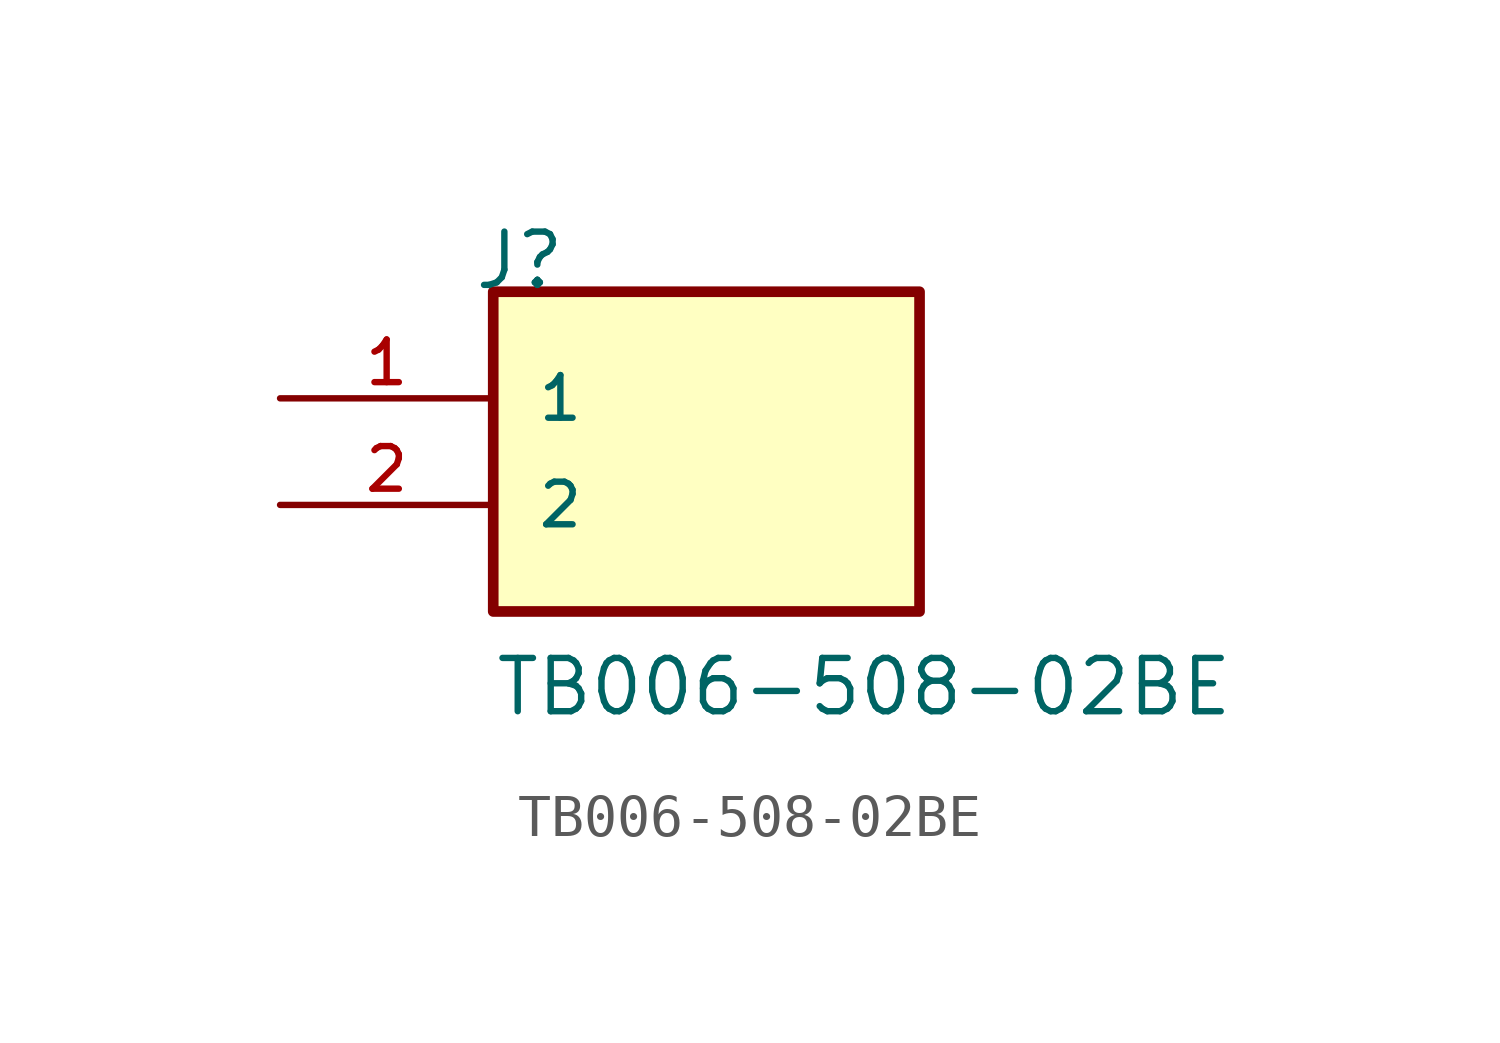
<source format=kicad_sym>
(kicad_symbol_lib
  (version 20211014)
  (generator kicad_symbol_editor)
  (symbol "TB006-508-02BE"
    (pin_names
      (offset 1.016))
    (property "Reference" "J"
      (at -5.58 5.08 0)
      (effects (font (size 1.27 1.27)) (justify bottom left)))
    (property "Value" "TB006-508-02BE"
      (at -5.08 -5.08 0)
      (effects (font (size 1.27 1.27)) (justify bottom left)))
    (symbol "TB006-508-02BE_0_0"
      (rectangle (start -5.08 -2.54) (end 5.08 5.08) (stroke (width 0.254)) (fill (type background)))
      (pin passive line (at -10.16 2.54 0) (length 5.08) (name "1" (effects (font (size 1.016 1.016)))) (number "1" (effects (font (size 1.016 1.016)))))
      (pin passive line (at -10.16 0.0 0) (length 5.08) (name "2" (effects (font (size 1.016 1.016)))) (number "2" (effects (font (size 1.016 1.016))))))))
</source>
